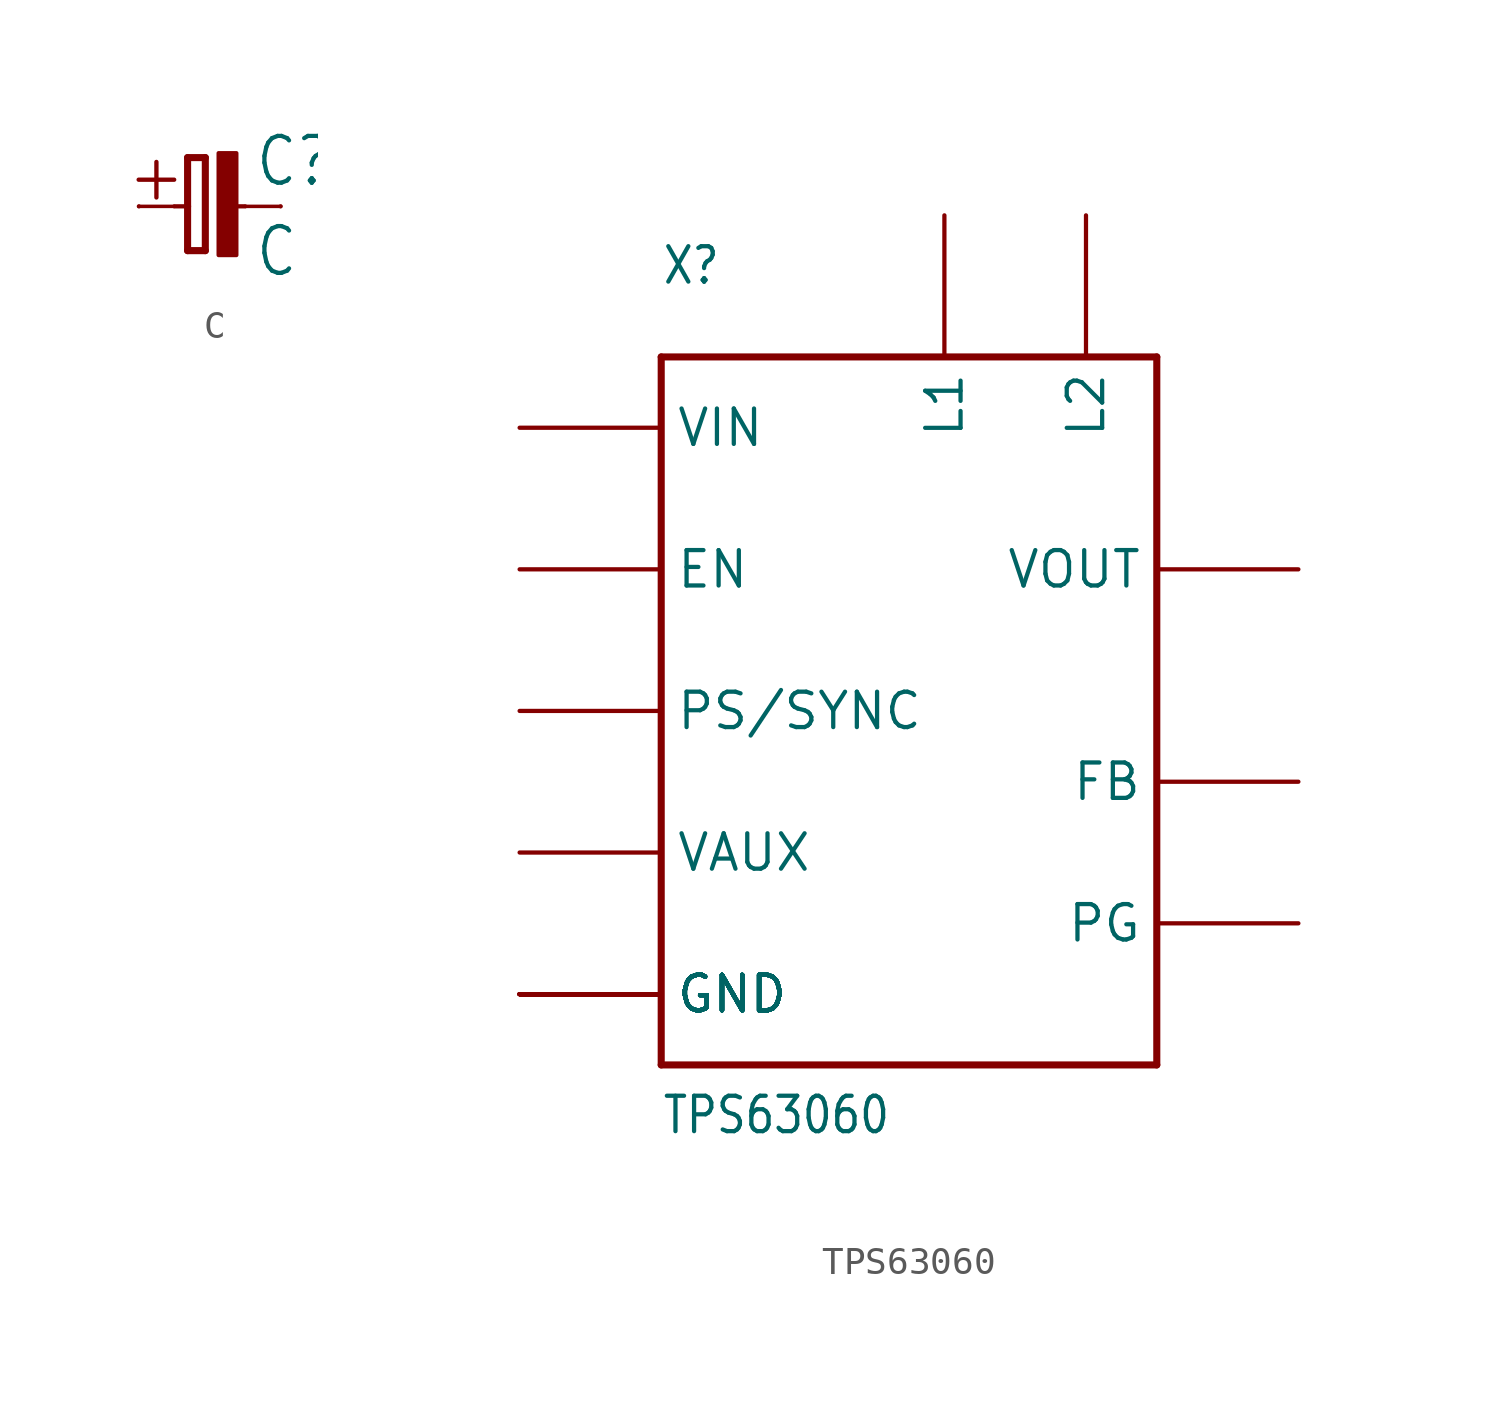
<source format=kicad_sym>
(kicad_symbol_lib
  (version 20211014)
  (generator kicad_symbol_editor)
  (symbol "C"
    (property "Reference" "C"
      (at 1.587 0.635 0)
      (effects (font (size 1.676 1.425)) (justify left bottom)))
    (property "Value" "C"
      (at 1.587 -0.635 0)
      (effects (font (size 1.676 1.425)) (justify left top)))
    (property "ki_locked" ""
      (at 0 0 0)
      (effects (font (size 1.27 1.27))))
    (symbol "C_1_0"
      (polyline (pts (xy -2.547 0.955) (xy -1.275 0.955)) (stroke (width 0.155) (type default) (color 0 0 0 0)) (fill (type none)))
      (polyline (pts (xy -1.911 1.591) (xy -1.911 0.319)) (stroke (width 0.155) (type default) (color 0 0 0 0)) (fill (type none)))
      (polyline (pts (xy -1.27 0) (xy -2.54 0)) (stroke (width 0.127) (type default) (color 0 0 0 0)) (fill (type none)))
      (polyline (pts (xy -1.27 0) (xy -0.794 0)) (stroke (width 0.152) (type default) (color 0 0 0 0)) (fill (type none)))
      (polyline (pts (xy -0.794 -1.587) (xy -0.794 0)) (stroke (width 0.254) (type default) (color 0 0 0 0)) (fill (type none)))
      (polyline (pts (xy -0.794 0) (xy -0.794 1.746)) (stroke (width 0.254) (type default) (color 0 0 0 0)) (fill (type none)))
      (polyline (pts (xy -0.794 1.746) (xy -0.159 1.746)) (stroke (width 0.254) (type default) (color 0 0 0 0)) (fill (type none)))
      (polyline (pts (xy -0.159 -1.587) (xy -0.794 -1.587)) (stroke (width 0.254) (type default) (color 0 0 0 0)) (fill (type none)))
      (polyline (pts (xy -0.159 1.746) (xy -0.159 -1.587)) (stroke (width 0.254) (type default) (color 0 0 0 0)) (fill (type none)))
      (polyline (pts (xy 0.794 0) (xy 1.27 0)) (stroke (width 0.152) (type default) (color 0 0 0 0)) (fill (type none)))
      (polyline (pts (xy 1.27 0) (xy 2.54 0)) (stroke (width 0.127) (type default) (color 0 0 0 0)) (fill (type none)))
      (rectangle (start 0.318 -1.746) (end 0.953 1.905) (stroke (width 0) (type default) (color 0 0 0 0)) (fill (type outline)))
      (pin passive line (at -2.54 0 0) (length 0) (name "C_EL+" (effects (font (size 0 0)))) (number "+" (effects (font (size 0 0)))))
      (pin passive line (at 2.54 0 180) (length 0) (name "C_EL-" (effects (font (size 0 0)))) (number "-" (effects (font (size 0 0)))))))
  (symbol "TPS63060"
    (property "Reference" "X"
      (at -7.62 12.7 0)
      (effects (font (size 1.27 1.079)) (justify left bottom)))
    (property "Value" "TPS63060"
      (at -7.62 -17.78 0)
      (effects (font (size 1.27 1.079)) (justify left bottom)))
    (property "ki_locked" ""
      (at 0 0 0)
      (effects (font (size 1.27 1.27))))
    (symbol "TPS63060_1_0"
      (polyline (pts (xy -7.62 -15.24) (xy 10.16 -15.24)) (stroke (width 0.254) (type default) (color 0 0 0 0)) (fill (type none)))
      (polyline (pts (xy -7.62 10.16) (xy -7.62 -15.24)) (stroke (width 0.254) (type default) (color 0 0 0 0)) (fill (type none)))
      (polyline (pts (xy 10.16 -15.24) (xy 10.16 10.16)) (stroke (width 0.254) (type default) (color 0 0 0 0)) (fill (type none)))
      (polyline (pts (xy 10.16 10.16) (xy -7.62 10.16)) (stroke (width 0.254) (type default) (color 0 0 0 0)) (fill (type none)))
      (pin passive line (at 2.54 15.24 270) (length 5.08) (name "L1" (effects (font (size 1.27 1.27)))) (number "1" (effects (font (size 0 0)))))
      (pin passive line (at 7.62 15.24 270) (length 5.08) (name "L2" (effects (font (size 1.27 1.27)))) (number "10" (effects (font (size 0 0)))))
      (pin passive line (at -12.7 -12.7 0) (length 5.08) (name "GND" (effects (font (size 1.27 1.27)))) (number "11" (effects (font (size 0 0)))))
      (pin passive line (at -12.7 -12.7 0) (length 5.08) (name "GND" (effects (font (size 1.27 1.27)))) (number "12" (effects (font (size 0 0)))))
      (pin passive line (at -12.7 -12.7 0) (length 5.08) (name "GND" (effects (font (size 1.27 1.27)))) (number "13" (effects (font (size 0 0)))))
      (pin passive line (at -12.7 -12.7 0) (length 5.08) (name "GND" (effects (font (size 1.27 1.27)))) (number "14" (effects (font (size 0 0)))))
      (pin passive line (at -12.7 -12.7 0) (length 5.08) (name "GND" (effects (font (size 1.27 1.27)))) (number "15" (effects (font (size 0 0)))))
      (pin passive line (at -12.7 -12.7 0) (length 5.08) (name "GND" (effects (font (size 1.27 1.27)))) (number "16" (effects (font (size 0 0)))))
      (pin passive line (at -12.7 -12.7 0) (length 5.08) (name "GND" (effects (font (size 1.27 1.27)))) (number "17" (effects (font (size 0 0)))))
      (pin passive line (at -12.7 -12.7 0) (length 5.08) (name "GND" (effects (font (size 1.27 1.27)))) (number "18" (effects (font (size 0 0)))))
      (pin passive line (at -12.7 -12.7 0) (length 5.08) (name "GND" (effects (font (size 1.27 1.27)))) (number "19" (effects (font (size 0 0)))))
      (pin input line (at -12.7 7.62 0) (length 5.08) (name "VIN" (effects (font (size 1.27 1.27)))) (number "2" (effects (font (size 0 0)))))
      (pin passive line (at -12.7 -12.7 0) (length 5.08) (name "GND" (effects (font (size 1.27 1.27)))) (number "21" (effects (font (size 0 0)))))
      (pin input line (at -12.7 2.54 0) (length 5.08) (name "EN" (effects (font (size 1.27 1.27)))) (number "3" (effects (font (size 0 0)))))
      (pin input line (at -12.7 -2.54 0) (length 5.08) (name "PS/SYNC" (effects (font (size 1.27 1.27)))) (number "4" (effects (font (size 0 0)))))
      (pin input line (at 15.24 -10.16 180) (length 5.08) (name "PG" (effects (font (size 1.27 1.27)))) (number "5" (effects (font (size 0 0)))))
      (pin input line (at -12.7 -7.62 0) (length 5.08) (name "VAUX" (effects (font (size 1.27 1.27)))) (number "6" (effects (font (size 0 0)))))
      (pin passive line (at -12.7 -12.7 0) (length 5.08) (name "GND" (effects (font (size 1.27 1.27)))) (number "7" (effects (font (size 0 0)))))
      (pin input line (at 15.24 -5.08 180) (length 5.08) (name "FB" (effects (font (size 1.27 1.27)))) (number "8" (effects (font (size 0 0)))))
      (pin output line (at 15.24 2.54 180) (length 5.08) (name "VOUT" (effects (font (size 1.27 1.27)))) (number "9" (effects (font (size 0 0)))))
      (pin passive line (at -12.7 -12.7 0) (length 5.08) (name "GND" (effects (font (size 1.27 1.27)))) (number "P$1" (effects (font (size 0 0)))))
      (pin passive line (at -12.7 -12.7 0) (length 5.08) (name "GND" (effects (font (size 1.27 1.27)))) (number "P$2" (effects (font (size 0 0)))))
      (pin passive line (at -12.7 -12.7 0) (length 5.08) (name "GND" (effects (font (size 1.27 1.27)))) (number "P$3" (effects (font (size 0 0)))))
      (pin passive line (at -12.7 -12.7 0) (length 5.08) (name "GND" (effects (font (size 1.27 1.27)))) (number "P$4" (effects (font (size 0 0)))))
      (pin passive line (at -12.7 -12.7 0) (length 5.08) (name "GND" (effects (font (size 1.27 1.27)))) (number "P$5" (effects (font (size 0 0))))))))
</source>
